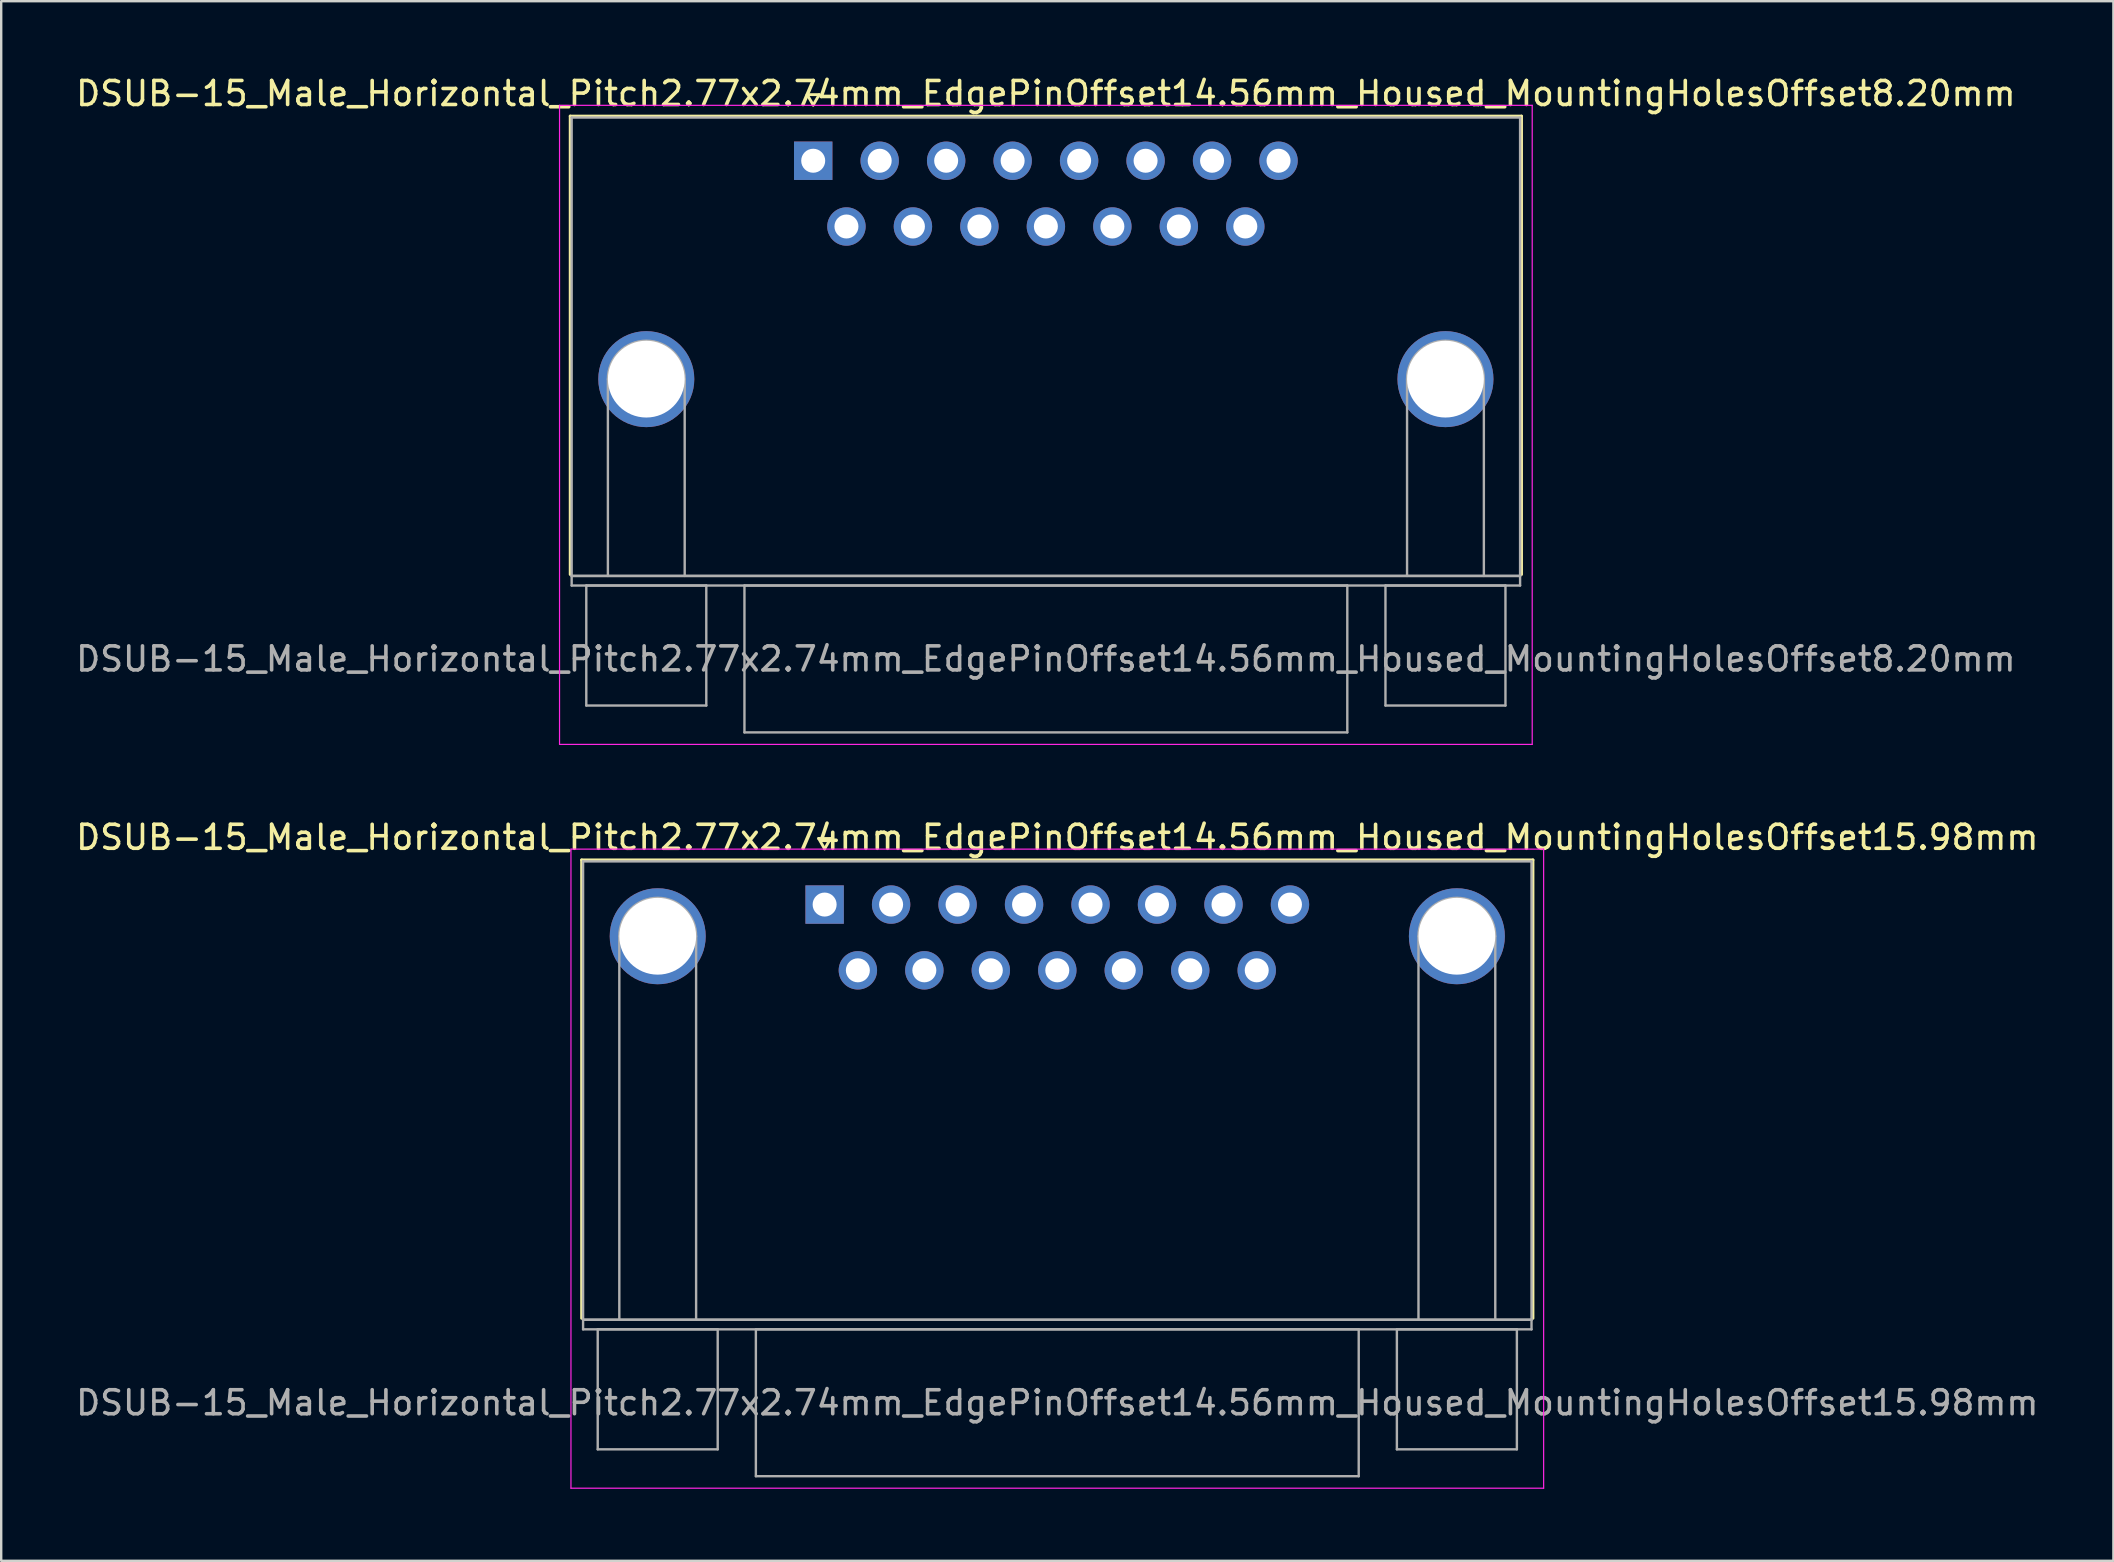
<source format=kicad_pcb>
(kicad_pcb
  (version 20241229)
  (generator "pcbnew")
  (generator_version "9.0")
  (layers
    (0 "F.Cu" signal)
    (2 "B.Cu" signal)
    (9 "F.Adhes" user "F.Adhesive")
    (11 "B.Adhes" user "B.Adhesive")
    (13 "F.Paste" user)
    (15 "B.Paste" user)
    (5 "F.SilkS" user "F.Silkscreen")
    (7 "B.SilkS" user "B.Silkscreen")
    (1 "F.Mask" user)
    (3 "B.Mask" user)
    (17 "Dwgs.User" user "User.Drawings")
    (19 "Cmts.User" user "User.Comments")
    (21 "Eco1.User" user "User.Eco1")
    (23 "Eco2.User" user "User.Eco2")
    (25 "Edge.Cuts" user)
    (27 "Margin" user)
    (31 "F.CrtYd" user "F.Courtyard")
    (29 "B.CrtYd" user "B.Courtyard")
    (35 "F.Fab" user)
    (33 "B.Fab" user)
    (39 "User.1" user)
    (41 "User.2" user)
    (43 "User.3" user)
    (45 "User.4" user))
  (footprint "DSUB-15_Male_Horizontal_Pitch2.77x2.74mm_EdgePinOffset14.56mm_Housed_MountingHolesOffset15.98mm"
    (layer "F.Cu")
    (at 31.311 34.642)
    (property "Reference" "DSUB-15_Male_Horizontal_Pitch2.77x2.74mm_EdgePinOffset14.56mm_Housed_MountingHolesOffset15.98mm" (at 9.695 -2.8 0) (layer "F.SilkS") (effects (font (size 1 1) (thickness 0.15))))
    (attr through_hole)
    (fp_line (start -10.125 -1.86) (end 29.515 -1.86) (stroke (width 0.12) (type solid)) (layer "F.SilkS"))
    (fp_line (start -10.125 17.24) (end -10.125 -1.86) (stroke (width 0.12) (type solid)) (layer "F.SilkS"))
    (fp_line (start -0.25 -2.754) (end 0.25 -2.754) (stroke (width 0.12) (type solid)) (layer "F.SilkS"))
    (fp_line (start 0 -2.321) (end -0.25 -2.754) (stroke (width 0.12) (type solid)) (layer "F.SilkS"))
    (fp_line (start 0.25 -2.754) (end 0 -2.321) (stroke (width 0.12) (type solid)) (layer "F.SilkS"))
    (fp_line (start 29.515 -1.86) (end 29.515 17.24) (stroke (width 0.12) (type solid)) (layer "F.SilkS"))
    (fp_line (start -10.57 -2.31) (end -10.57 24.32) (stroke (width 0.05) (type solid)) (layer "F.CrtYd"))
    (fp_line (start -10.57 24.32) (end 29.96 24.32) (stroke (width 0.05) (type solid)) (layer "F.CrtYd"))
    (fp_line (start 29.96 -2.31) (end -10.57 -2.31) (stroke (width 0.05) (type solid)) (layer "F.CrtYd"))
    (fp_line (start 29.96 24.32) (end 29.96 -2.31) (stroke (width 0.05) (type solid)) (layer "F.CrtYd"))
    (fp_line (start -10.065 -1.8) (end -10.065 17.3) (stroke (width 0.1) (type solid)) (layer "F.Fab"))
    (fp_line (start -10.065 17.3) (end -10.065 17.7) (stroke (width 0.1) (type solid)) (layer "F.Fab"))
    (fp_line (start -10.065 17.3) (end 29.455 17.3) (stroke (width 0.1) (type solid)) (layer "F.Fab"))
    (fp_line (start -10.065 17.7) (end 29.455 17.7) (stroke (width 0.1) (type solid)) (layer "F.Fab"))
    (fp_line (start -9.455 17.7) (end -9.455 22.7) (stroke (width 0.1) (type solid)) (layer "F.Fab"))
    (fp_line (start -9.455 22.7) (end -4.455 22.7) (stroke (width 0.1) (type solid)) (layer "F.Fab"))
    (fp_line (start -8.555 17.3) (end -8.555 1.32) (stroke (width 0.1) (type solid)) (layer "F.Fab"))
    (fp_line (start -5.355 17.3) (end -5.355 1.32) (stroke (width 0.1) (type solid)) (layer "F.Fab"))
    (fp_line (start -4.455 17.7) (end -9.455 17.7) (stroke (width 0.1) (type solid)) (layer "F.Fab"))
    (fp_line (start -4.455 22.7) (end -4.455 17.7) (stroke (width 0.1) (type solid)) (layer "F.Fab"))
    (fp_line (start -2.865 17.7) (end -2.865 23.82) (stroke (width 0.1) (type solid)) (layer "F.Fab"))
    (fp_line (start -2.865 23.82) (end 22.255 23.82) (stroke (width 0.1) (type solid)) (layer "F.Fab"))
    (fp_line (start 22.255 17.7) (end -2.865 17.7) (stroke (width 0.1) (type solid)) (layer "F.Fab"))
    (fp_line (start 22.255 23.82) (end 22.255 17.7) (stroke (width 0.1) (type solid)) (layer "F.Fab"))
    (fp_line (start 23.845 17.7) (end 23.845 22.7) (stroke (width 0.1) (type solid)) (layer "F.Fab"))
    (fp_line (start 23.845 22.7) (end 28.845 22.7) (stroke (width 0.1) (type solid)) (layer "F.Fab"))
    (fp_line (start 24.745 17.3) (end 24.745 1.32) (stroke (width 0.1) (type solid)) (layer "F.Fab"))
    (fp_line (start 27.945 17.3) (end 27.945 1.32) (stroke (width 0.1) (type solid)) (layer "F.Fab"))
    (fp_line (start 28.845 17.7) (end 23.845 17.7) (stroke (width 0.1) (type solid)) (layer "F.Fab"))
    (fp_line (start 28.845 22.7) (end 28.845 17.7) (stroke (width 0.1) (type solid)) (layer "F.Fab"))
    (fp_line (start 29.455 -1.8) (end -10.065 -1.8) (stroke (width 0.1) (type solid)) (layer "F.Fab"))
    (fp_line (start 29.455 17.3) (end -10.065 17.3) (stroke (width 0.1) (type solid)) (layer "F.Fab"))
    (fp_line (start 29.455 17.3) (end 29.455 -1.8) (stroke (width 0.1) (type solid)) (layer "F.Fab"))
    (fp_line (start 29.455 17.7) (end 29.455 17.3) (stroke (width 0.1) (type solid)) (layer "F.Fab"))
    (fp_arc (start -8.555 1.32) (mid -6.955 -0.28) (end -5.355 1.32) (stroke (width 0.1) (type solid)) (layer "F.Fab"))
    (fp_arc (start 24.745 1.32) (mid 26.345 -0.28) (end 27.945 1.32) (stroke (width 0.1) (type solid)) (layer "F.Fab"))
    (fp_text user "${REFERENCE}" (at 9.695 20.76 0) (layer "F.Fab") (effects (font (size 1 1) (thickness 0.15))))
    (pad "0" thru_hole circle (at -6.955 1.32) (size 4 4) (drill 3.2) (layers "*.Cu" "*.Mask"))
    (pad "0" thru_hole circle (at 26.345 1.32) (size 4 4) (drill 3.2) (layers "*.Cu" "*.Mask"))
    (pad "1" thru_hole rect (at 0 0) (size 1.6 1.6) (drill 1) (layers "*.Cu" "*.Mask"))
    (pad "2" thru_hole circle (at 2.77 0) (size 1.6 1.6) (drill 1) (layers "*.Cu" "*.Mask"))
    (pad "3" thru_hole circle (at 5.54 0) (size 1.6 1.6) (drill 1) (layers "*.Cu" "*.Mask"))
    (pad "4" thru_hole circle (at 8.31 0) (size 1.6 1.6) (drill 1) (layers "*.Cu" "*.Mask"))
    (pad "5" thru_hole circle (at 11.08 0) (size 1.6 1.6) (drill 1) (layers "*.Cu" "*.Mask"))
    (pad "6" thru_hole circle (at 13.85 0) (size 1.6 1.6) (drill 1) (layers "*.Cu" "*.Mask"))
    (pad "7" thru_hole circle (at 16.62 0) (size 1.6 1.6) (drill 1) (layers "*.Cu" "*.Mask"))
    (pad "8" thru_hole circle (at 19.39 0) (size 1.6 1.6) (drill 1) (layers "*.Cu" "*.Mask"))
    (pad "9" thru_hole circle (at 1.385 2.74) (size 1.6 1.6) (drill 1) (layers "*.Cu" "*.Mask"))
    (pad "10" thru_hole circle (at 4.155 2.74) (size 1.6 1.6) (drill 1) (layers "*.Cu" "*.Mask"))
    (pad "11" thru_hole circle (at 6.925 2.74) (size 1.6 1.6) (drill 1) (layers "*.Cu" "*.Mask"))
    (pad "12" thru_hole circle (at 9.695 2.74) (size 1.6 1.6) (drill 1) (layers "*.Cu" "*.Mask"))
    (pad "13" thru_hole circle (at 12.465 2.74) (size 1.6 1.6) (drill 1) (layers "*.Cu" "*.Mask"))
    (pad "14" thru_hole circle (at 15.235 2.74) (size 1.6 1.6) (drill 1) (layers "*.Cu" "*.Mask"))
    (pad "15" thru_hole circle (at 18.005 2.74) (size 1.6 1.6) (drill 1) (layers "*.Cu" "*.Mask")))
  (footprint "DSUB-15_Male_Horizontal_Pitch2.77x2.74mm_EdgePinOffset14.56mm_Housed_MountingHolesOffset8.20mm"
    (layer "F.Cu")
    (at 30.835 3.648)
    (property "Reference" "DSUB-15_Male_Horizontal_Pitch2.77x2.74mm_EdgePinOffset14.56mm_Housed_MountingHolesOffset8.20mm" (at 9.695 -2.8 0) (layer "F.SilkS") (effects (font (size 1 1) (thickness 0.15))))
    (attr through_hole)
    (fp_line (start -10.125 -1.86) (end 29.515 -1.86) (stroke (width 0.12) (type solid)) (layer "F.SilkS"))
    (fp_line (start -10.125 17.24) (end -10.125 -1.86) (stroke (width 0.12) (type solid)) (layer "F.SilkS"))
    (fp_line (start -0.25 -2.754) (end 0.25 -2.754) (stroke (width 0.12) (type solid)) (layer "F.SilkS"))
    (fp_line (start 0 -2.321) (end -0.25 -2.754) (stroke (width 0.12) (type solid)) (layer "F.SilkS"))
    (fp_line (start 0.25 -2.754) (end 0 -2.321) (stroke (width 0.12) (type solid)) (layer "F.SilkS"))
    (fp_line (start 29.515 -1.86) (end 29.515 17.24) (stroke (width 0.12) (type solid)) (layer "F.SilkS"))
    (fp_line (start -10.57 -2.31) (end -10.57 24.32) (stroke (width 0.05) (type solid)) (layer "F.CrtYd"))
    (fp_line (start -10.57 24.32) (end 29.96 24.32) (stroke (width 0.05) (type solid)) (layer "F.CrtYd"))
    (fp_line (start 29.96 -2.31) (end -10.57 -2.31) (stroke (width 0.05) (type solid)) (layer "F.CrtYd"))
    (fp_line (start 29.96 24.32) (end 29.96 -2.31) (stroke (width 0.05) (type solid)) (layer "F.CrtYd"))
    (fp_line (start -10.065 -1.8) (end -10.065 17.3) (stroke (width 0.1) (type solid)) (layer "F.Fab"))
    (fp_line (start -10.065 17.3) (end -10.065 17.7) (stroke (width 0.1) (type solid)) (layer "F.Fab"))
    (fp_line (start -10.065 17.3) (end 29.455 17.3) (stroke (width 0.1) (type solid)) (layer "F.Fab"))
    (fp_line (start -10.065 17.7) (end 29.455 17.7) (stroke (width 0.1) (type solid)) (layer "F.Fab"))
    (fp_line (start -9.455 17.7) (end -9.455 22.7) (stroke (width 0.1) (type solid)) (layer "F.Fab"))
    (fp_line (start -9.455 22.7) (end -4.455 22.7) (stroke (width 0.1) (type solid)) (layer "F.Fab"))
    (fp_line (start -8.555 17.3) (end -8.555 9.1) (stroke (width 0.1) (type solid)) (layer "F.Fab"))
    (fp_line (start -5.355 17.3) (end -5.355 9.1) (stroke (width 0.1) (type solid)) (layer "F.Fab"))
    (fp_line (start -4.455 17.7) (end -9.455 17.7) (stroke (width 0.1) (type solid)) (layer "F.Fab"))
    (fp_line (start -4.455 22.7) (end -4.455 17.7) (stroke (width 0.1) (type solid)) (layer "F.Fab"))
    (fp_line (start -2.865 17.7) (end -2.865 23.82) (stroke (width 0.1) (type solid)) (layer "F.Fab"))
    (fp_line (start -2.865 23.82) (end 22.255 23.82) (stroke (width 0.1) (type solid)) (layer "F.Fab"))
    (fp_line (start 22.255 17.7) (end -2.865 17.7) (stroke (width 0.1) (type solid)) (layer "F.Fab"))
    (fp_line (start 22.255 23.82) (end 22.255 17.7) (stroke (width 0.1) (type solid)) (layer "F.Fab"))
    (fp_line (start 23.845 17.7) (end 23.845 22.7) (stroke (width 0.1) (type solid)) (layer "F.Fab"))
    (fp_line (start 23.845 22.7) (end 28.845 22.7) (stroke (width 0.1) (type solid)) (layer "F.Fab"))
    (fp_line (start 24.745 17.3) (end 24.745 9.1) (stroke (width 0.1) (type solid)) (layer "F.Fab"))
    (fp_line (start 27.945 17.3) (end 27.945 9.1) (stroke (width 0.1) (type solid)) (layer "F.Fab"))
    (fp_line (start 28.845 17.7) (end 23.845 17.7) (stroke (width 0.1) (type solid)) (layer "F.Fab"))
    (fp_line (start 28.845 22.7) (end 28.845 17.7) (stroke (width 0.1) (type solid)) (layer "F.Fab"))
    (fp_line (start 29.455 -1.8) (end -10.065 -1.8) (stroke (width 0.1) (type solid)) (layer "F.Fab"))
    (fp_line (start 29.455 17.3) (end -10.065 17.3) (stroke (width 0.1) (type solid)) (layer "F.Fab"))
    (fp_line (start 29.455 17.3) (end 29.455 -1.8) (stroke (width 0.1) (type solid)) (layer "F.Fab"))
    (fp_line (start 29.455 17.7) (end 29.455 17.3) (stroke (width 0.1) (type solid)) (layer "F.Fab"))
    (fp_arc (start -8.555 9.1) (mid -6.955 7.5) (end -5.355 9.1) (stroke (width 0.1) (type solid)) (layer "F.Fab"))
    (fp_arc (start 24.745 9.1) (mid 26.345 7.5) (end 27.945 9.1) (stroke (width 0.1) (type solid)) (layer "F.Fab"))
    (fp_text user "${REFERENCE}" (at 9.695 20.76 0) (layer "F.Fab") (effects (font (size 1 1) (thickness 0.15))))
    (pad "0" thru_hole circle (at -6.955 9.1) (size 4 4) (drill 3.2) (layers "*.Cu" "*.Mask"))
    (pad "0" thru_hole circle (at 26.345 9.1) (size 4 4) (drill 3.2) (layers "*.Cu" "*.Mask"))
    (pad "1" thru_hole rect (at 0 0) (size 1.6 1.6) (drill 1) (layers "*.Cu" "*.Mask"))
    (pad "2" thru_hole circle (at 2.77 0) (size 1.6 1.6) (drill 1) (layers "*.Cu" "*.Mask"))
    (pad "3" thru_hole circle (at 5.54 0) (size 1.6 1.6) (drill 1) (layers "*.Cu" "*.Mask"))
    (pad "4" thru_hole circle (at 8.31 0) (size 1.6 1.6) (drill 1) (layers "*.Cu" "*.Mask"))
    (pad "5" thru_hole circle (at 11.08 0) (size 1.6 1.6) (drill 1) (layers "*.Cu" "*.Mask"))
    (pad "6" thru_hole circle (at 13.85 0) (size 1.6 1.6) (drill 1) (layers "*.Cu" "*.Mask"))
    (pad "7" thru_hole circle (at 16.62 0) (size 1.6 1.6) (drill 1) (layers "*.Cu" "*.Mask"))
    (pad "8" thru_hole circle (at 19.39 0) (size 1.6 1.6) (drill 1) (layers "*.Cu" "*.Mask"))
    (pad "9" thru_hole circle (at 1.385 2.74) (size 1.6 1.6) (drill 1) (layers "*.Cu" "*.Mask"))
    (pad "10" thru_hole circle (at 4.155 2.74) (size 1.6 1.6) (drill 1) (layers "*.Cu" "*.Mask"))
    (pad "11" thru_hole circle (at 6.925 2.74) (size 1.6 1.6) (drill 1) (layers "*.Cu" "*.Mask"))
    (pad "12" thru_hole circle (at 9.695 2.74) (size 1.6 1.6) (drill 1) (layers "*.Cu" "*.Mask"))
    (pad "13" thru_hole circle (at 12.465 2.74) (size 1.6 1.6) (drill 1) (layers "*.Cu" "*.Mask"))
    (pad "14" thru_hole circle (at 15.235 2.74) (size 1.6 1.6) (drill 1) (layers "*.Cu" "*.Mask"))
    (pad "15" thru_hole circle (at 18.005 2.74) (size 1.6 1.6) (drill 1) (layers "*.Cu" "*.Mask")))
  (gr_rect
    (start -3 -3)
    (end 85.012 61.986)
    (stroke (width 0.1) (type default))
    (fill no)
    (layer "Edge.Cuts")))
</source>
